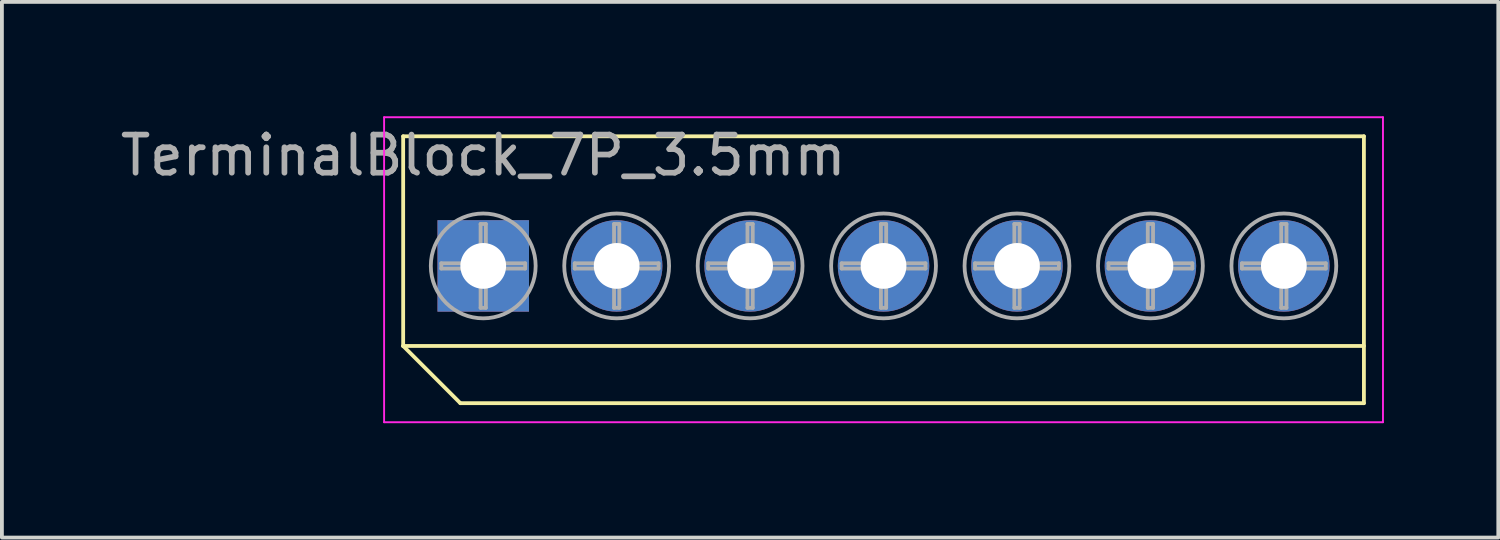
<source format=kicad_pcb>
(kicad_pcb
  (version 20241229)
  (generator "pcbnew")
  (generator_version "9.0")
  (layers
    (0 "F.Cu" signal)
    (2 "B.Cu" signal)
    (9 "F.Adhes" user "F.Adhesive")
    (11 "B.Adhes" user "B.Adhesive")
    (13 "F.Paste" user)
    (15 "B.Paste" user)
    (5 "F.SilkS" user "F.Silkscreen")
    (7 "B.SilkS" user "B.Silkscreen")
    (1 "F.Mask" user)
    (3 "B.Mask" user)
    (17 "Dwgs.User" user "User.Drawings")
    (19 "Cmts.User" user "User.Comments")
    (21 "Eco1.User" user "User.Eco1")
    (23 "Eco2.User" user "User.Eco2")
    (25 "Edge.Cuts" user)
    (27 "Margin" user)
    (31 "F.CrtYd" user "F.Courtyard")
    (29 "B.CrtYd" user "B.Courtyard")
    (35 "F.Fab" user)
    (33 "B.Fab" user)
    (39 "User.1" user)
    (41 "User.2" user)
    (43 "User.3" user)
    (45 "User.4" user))
  (footprint "TerminalBlock_7P_3.5mm"
    (layer "F.Cu")
    (at 20.125 3.925)
    (property "Reference" "TerminalBlock_7P_3.5mm" (at -10.358 2.332 0) (layer "Eco2.User") (effects (font (size 0.3 0.3) (thickness 0.075))))
    (attr through_hole)
    (fp_line (start -12.6 -3.4) (end 12.6 -3.4) (stroke (width 0.1) (type solid)) (layer "F.SilkS"))
    (fp_line (start -12.6 2.1) (end -12.6 -3.4) (stroke (width 0.1) (type solid)) (layer "F.SilkS"))
    (fp_line (start -12.6 2.1) (end 12.6 2.1) (stroke (width 0.1) (type solid)) (layer "F.SilkS"))
    (fp_line (start -11.1 3.6) (end -12.6 2.1) (stroke (width 0.1) (type solid)) (layer "F.SilkS"))
    (fp_line (start 12.6 -3.4) (end 12.6 3.6) (stroke (width 0.1) (type solid)) (layer "F.SilkS"))
    (fp_line (start 12.6 3.6) (end -11.1 3.6) (stroke (width 0.1) (type solid)) (layer "F.SilkS"))
    (fp_line (start -13.1 -3.9) (end -13.1 4.1) (stroke (width 0.05) (type solid)) (layer "F.CrtYd"))
    (fp_line (start -13.1 4.1) (end 13.1 4.1) (stroke (width 0.05) (type solid)) (layer "F.CrtYd"))
    (fp_line (start 13.1 -3.9) (end -13.1 -3.9) (stroke (width 0.05) (type solid)) (layer "F.CrtYd"))
    (fp_line (start 13.1 4.1) (end 13.1 -3.9) (stroke (width 0.05) (type solid)) (layer "F.CrtYd"))
    (fp_line (start -11.6 -0.069) (end -10.569 -0.069) (stroke (width 0.1) (type solid)) (layer "F.Fab"))
    (fp_line (start -11.6 0.069) (end -11.6 -0.069) (stroke (width 0.1) (type solid)) (layer "F.Fab"))
    (fp_line (start -10.569 -1.1) (end -10.431 -1.1) (stroke (width 0.1) (type solid)) (layer "F.Fab"))
    (fp_line (start -10.569 -0.069) (end -10.569 -1.1) (stroke (width 0.1) (type solid)) (layer "F.Fab"))
    (fp_line (start -10.569 0.069) (end -11.6 0.069) (stroke (width 0.1) (type solid)) (layer "F.Fab"))
    (fp_line (start -10.569 1.1) (end -10.569 0.069) (stroke (width 0.1) (type solid)) (layer "F.Fab"))
    (fp_line (start -10.431 -1.1) (end -10.431 -0.069) (stroke (width 0.1) (type solid)) (layer "F.Fab"))
    (fp_line (start -10.431 -0.069) (end -9.4 -0.069) (stroke (width 0.1) (type solid)) (layer "F.Fab"))
    (fp_line (start -10.431 0.069) (end -10.431 1.1) (stroke (width 0.1) (type solid)) (layer "F.Fab"))
    (fp_line (start -10.431 1.1) (end -10.569 1.1) (stroke (width 0.1) (type solid)) (layer "F.Fab"))
    (fp_line (start -9.4 -0.069) (end -9.4 0.069) (stroke (width 0.1) (type solid)) (layer "F.Fab"))
    (fp_line (start -9.4 0.069) (end -10.431 0.069) (stroke (width 0.1) (type solid)) (layer "F.Fab"))
    (fp_line (start -8.1 -0.069) (end -7.069 -0.069) (stroke (width 0.1) (type solid)) (layer "F.Fab"))
    (fp_line (start -8.1 0.069) (end -8.1 -0.069) (stroke (width 0.1) (type solid)) (layer "F.Fab"))
    (fp_line (start -7.069 -1.1) (end -6.931 -1.1) (stroke (width 0.1) (type solid)) (layer "F.Fab"))
    (fp_line (start -7.069 -0.069) (end -7.069 -1.1) (stroke (width 0.1) (type solid)) (layer "F.Fab"))
    (fp_line (start -7.069 0.069) (end -8.1 0.069) (stroke (width 0.1) (type solid)) (layer "F.Fab"))
    (fp_line (start -7.069 1.1) (end -7.069 0.069) (stroke (width 0.1) (type solid)) (layer "F.Fab"))
    (fp_line (start -6.931 -1.1) (end -6.931 -0.069) (stroke (width 0.1) (type solid)) (layer "F.Fab"))
    (fp_line (start -6.931 -0.069) (end -5.9 -0.069) (stroke (width 0.1) (type solid)) (layer "F.Fab"))
    (fp_line (start -6.931 0.069) (end -6.931 1.1) (stroke (width 0.1) (type solid)) (layer "F.Fab"))
    (fp_line (start -6.931 1.1) (end -7.069 1.1) (stroke (width 0.1) (type solid)) (layer "F.Fab"))
    (fp_line (start -5.9 -0.069) (end -5.9 0.069) (stroke (width 0.1) (type solid)) (layer "F.Fab"))
    (fp_line (start -5.9 0.069) (end -6.931 0.069) (stroke (width 0.1) (type solid)) (layer "F.Fab"))
    (fp_line (start -4.6 -0.069) (end -3.569 -0.069) (stroke (width 0.1) (type solid)) (layer "F.Fab"))
    (fp_line (start -4.6 0.069) (end -4.6 -0.069) (stroke (width 0.1) (type solid)) (layer "F.Fab"))
    (fp_line (start -3.569 -1.1) (end -3.431 -1.1) (stroke (width 0.1) (type solid)) (layer "F.Fab"))
    (fp_line (start -3.569 -0.069) (end -3.569 -1.1) (stroke (width 0.1) (type solid)) (layer "F.Fab"))
    (fp_line (start -3.569 0.069) (end -4.6 0.069) (stroke (width 0.1) (type solid)) (layer "F.Fab"))
    (fp_line (start -3.569 1.1) (end -3.569 0.069) (stroke (width 0.1) (type solid)) (layer "F.Fab"))
    (fp_line (start -3.431 -1.1) (end -3.431 -0.069) (stroke (width 0.1) (type solid)) (layer "F.Fab"))
    (fp_line (start -3.431 -0.069) (end -2.4 -0.069) (stroke (width 0.1) (type solid)) (layer "F.Fab"))
    (fp_line (start -3.431 0.069) (end -3.431 1.1) (stroke (width 0.1) (type solid)) (layer "F.Fab"))
    (fp_line (start -3.431 1.1) (end -3.569 1.1) (stroke (width 0.1) (type solid)) (layer "F.Fab"))
    (fp_line (start -2.4 -0.069) (end -2.4 0.069) (stroke (width 0.1) (type solid)) (layer "F.Fab"))
    (fp_line (start -2.4 0.069) (end -3.431 0.069) (stroke (width 0.1) (type solid)) (layer "F.Fab"))
    (fp_line (start -1.1 -0.069) (end -0.069 -0.069) (stroke (width 0.1) (type solid)) (layer "F.Fab"))
    (fp_line (start -1.1 0.069) (end -1.1 -0.069) (stroke (width 0.1) (type solid)) (layer "F.Fab"))
    (fp_line (start -0.069 -1.1) (end 0.069 -1.1) (stroke (width 0.1) (type solid)) (layer "F.Fab"))
    (fp_line (start -0.069 -0.069) (end -0.069 -1.1) (stroke (width 0.1) (type solid)) (layer "F.Fab"))
    (fp_line (start -0.069 0.069) (end -1.1 0.069) (stroke (width 0.1) (type solid)) (layer "F.Fab"))
    (fp_line (start -0.069 1.1) (end -0.069 0.069) (stroke (width 0.1) (type solid)) (layer "F.Fab"))
    (fp_line (start 0.069 -1.1) (end 0.069 -0.069) (stroke (width 0.1) (type solid)) (layer "F.Fab"))
    (fp_line (start 0.069 -0.069) (end 1.1 -0.069) (stroke (width 0.1) (type solid)) (layer "F.Fab"))
    (fp_line (start 0.069 0.069) (end 0.069 1.1) (stroke (width 0.1) (type solid)) (layer "F.Fab"))
    (fp_line (start 0.069 1.1) (end -0.069 1.1) (stroke (width 0.1) (type solid)) (layer "F.Fab"))
    (fp_line (start 1.1 -0.069) (end 1.1 0.069) (stroke (width 0.1) (type solid)) (layer "F.Fab"))
    (fp_line (start 1.1 0.069) (end 0.069 0.069) (stroke (width 0.1) (type solid)) (layer "F.Fab"))
    (fp_line (start 2.4 -0.069) (end 3.431 -0.069) (stroke (width 0.1) (type solid)) (layer "F.Fab"))
    (fp_line (start 2.4 0.069) (end 2.4 -0.069) (stroke (width 0.1) (type solid)) (layer "F.Fab"))
    (fp_line (start 3.431 -1.1) (end 3.569 -1.1) (stroke (width 0.1) (type solid)) (layer "F.Fab"))
    (fp_line (start 3.431 -0.069) (end 3.431 -1.1) (stroke (width 0.1) (type solid)) (layer "F.Fab"))
    (fp_line (start 3.431 0.069) (end 2.4 0.069) (stroke (width 0.1) (type solid)) (layer "F.Fab"))
    (fp_line (start 3.431 1.1) (end 3.431 0.069) (stroke (width 0.1) (type solid)) (layer "F.Fab"))
    (fp_line (start 3.569 -1.1) (end 3.569 -0.069) (stroke (width 0.1) (type solid)) (layer "F.Fab"))
    (fp_line (start 3.569 -0.069) (end 4.6 -0.069) (stroke (width 0.1) (type solid)) (layer "F.Fab"))
    (fp_line (start 3.569 0.069) (end 3.569 1.1) (stroke (width 0.1) (type solid)) (layer "F.Fab"))
    (fp_line (start 3.569 1.1) (end 3.431 1.1) (stroke (width 0.1) (type solid)) (layer "F.Fab"))
    (fp_line (start 4.6 -0.069) (end 4.6 0.069) (stroke (width 0.1) (type solid)) (layer "F.Fab"))
    (fp_line (start 4.6 0.069) (end 3.569 0.069) (stroke (width 0.1) (type solid)) (layer "F.Fab"))
    (fp_line (start 5.9 -0.069) (end 6.931 -0.069) (stroke (width 0.1) (type solid)) (layer "F.Fab"))
    (fp_line (start 5.9 0.069) (end 5.9 -0.069) (stroke (width 0.1) (type solid)) (layer "F.Fab"))
    (fp_line (start 6.931 -1.1) (end 7.069 -1.1) (stroke (width 0.1) (type solid)) (layer "F.Fab"))
    (fp_line (start 6.931 -0.069) (end 6.931 -1.1) (stroke (width 0.1) (type solid)) (layer "F.Fab"))
    (fp_line (start 6.931 0.069) (end 5.9 0.069) (stroke (width 0.1) (type solid)) (layer "F.Fab"))
    (fp_line (start 6.931 1.1) (end 6.931 0.069) (stroke (width 0.1) (type solid)) (layer "F.Fab"))
    (fp_line (start 7.069 -1.1) (end 7.069 -0.069) (stroke (width 0.1) (type solid)) (layer "F.Fab"))
    (fp_line (start 7.069 -0.069) (end 8.1 -0.069) (stroke (width 0.1) (type solid)) (layer "F.Fab"))
    (fp_line (start 7.069 0.069) (end 7.069 1.1) (stroke (width 0.1) (type solid)) (layer "F.Fab"))
    (fp_line (start 7.069 1.1) (end 6.931 1.1) (stroke (width 0.1) (type solid)) (layer "F.Fab"))
    (fp_line (start 8.1 -0.069) (end 8.1 0.069) (stroke (width 0.1) (type solid)) (layer "F.Fab"))
    (fp_line (start 8.1 0.069) (end 7.069 0.069) (stroke (width 0.1) (type solid)) (layer "F.Fab"))
    (fp_line (start 9.4 -0.069) (end 10.431 -0.069) (stroke (width 0.1) (type solid)) (layer "F.Fab"))
    (fp_line (start 9.4 0.069) (end 9.4 -0.069) (stroke (width 0.1) (type solid)) (layer "F.Fab"))
    (fp_line (start 10.431 -1.1) (end 10.569 -1.1) (stroke (width 0.1) (type solid)) (layer "F.Fab"))
    (fp_line (start 10.431 -0.069) (end 10.431 -1.1) (stroke (width 0.1) (type solid)) (layer "F.Fab"))
    (fp_line (start 10.431 0.069) (end 9.4 0.069) (stroke (width 0.1) (type solid)) (layer "F.Fab"))
    (fp_line (start 10.431 1.1) (end 10.431 0.069) (stroke (width 0.1) (type solid)) (layer "F.Fab"))
    (fp_line (start 10.569 -1.1) (end 10.569 -0.069) (stroke (width 0.1) (type solid)) (layer "F.Fab"))
    (fp_line (start 10.569 -0.069) (end 11.6 -0.069) (stroke (width 0.1) (type solid)) (layer "F.Fab"))
    (fp_line (start 10.569 0.069) (end 10.569 1.1) (stroke (width 0.1) (type solid)) (layer "F.Fab"))
    (fp_line (start 10.569 1.1) (end 10.431 1.1) (stroke (width 0.1) (type solid)) (layer "F.Fab"))
    (fp_line (start 11.6 -0.069) (end 11.6 0.069) (stroke (width 0.1) (type solid)) (layer "F.Fab"))
    (fp_line (start 11.6 0.069) (end 10.569 0.069) (stroke (width 0.1) (type solid)) (layer "F.Fab"))
    (fp_circle (center -10.5 0) (end -9.125 0) (stroke (width 0.1) (type solid)) (fill no) (layer "F.Fab"))
    (fp_circle (center -7 0) (end -5.625 0) (stroke (width 0.1) (type solid)) (fill no) (layer "F.Fab"))
    (fp_circle (center -3.5 0) (end -2.125 0) (stroke (width 0.1) (type solid)) (fill no) (layer "F.Fab"))
    (fp_circle (center 0 0) (end 1.375 0) (stroke (width 0.1) (type solid)) (fill no) (layer "F.Fab"))
    (fp_circle (center 3.5 0) (end 4.875 0) (stroke (width 0.1) (type solid)) (fill no) (layer "F.Fab"))
    (fp_circle (center 7 0) (end 8.375 0) (stroke (width 0.1) (type solid)) (fill no) (layer "F.Fab"))
    (fp_circle (center 10.5 0) (end 11.875 0) (stroke (width 0.1) (type solid)) (fill no) (layer "F.Fab"))
    (fp_text user "${REFERENCE}" (at -10.5 -2.9 0) (layer "F.Fab") (effects (font (size 1 1) (thickness 0.15))))
    (pad "1" thru_hole rect (at -10.5 0) (size 2.4 2.4) (drill 1.2) (layers "*.Cu" "*.Mask"))
    (pad "2" thru_hole circle (at -7 0) (size 2.4 2.4) (drill 1.2) (layers "*.Cu" "*.Mask"))
    (pad "3" thru_hole circle (at -3.5 0) (size 2.4 2.4) (drill 1.2) (layers "*.Cu" "*.Mask"))
    (pad "4" thru_hole circle (at 0 0) (size 2.4 2.4) (drill 1.2) (layers "*.Cu" "*.Mask"))
    (pad "5" thru_hole circle (at 3.5 0) (size 2.4 2.4) (drill 1.2) (layers "*.Cu" "*.Mask"))
    (pad "6" thru_hole circle (at 7 0) (size 2.4 2.4) (drill 1.2) (layers "*.Cu" "*.Mask"))
    (pad "7" thru_hole circle (at 10.5 0) (size 2.4 2.4) (drill 1.2) (layers "*.Cu" "*.Mask")))
  (gr_rect
    (start -3 -3)
    (end 36.25 11.05)
    (stroke (width 0.1) (type default))
    (fill no)
    (layer "Edge.Cuts")))
</source>
